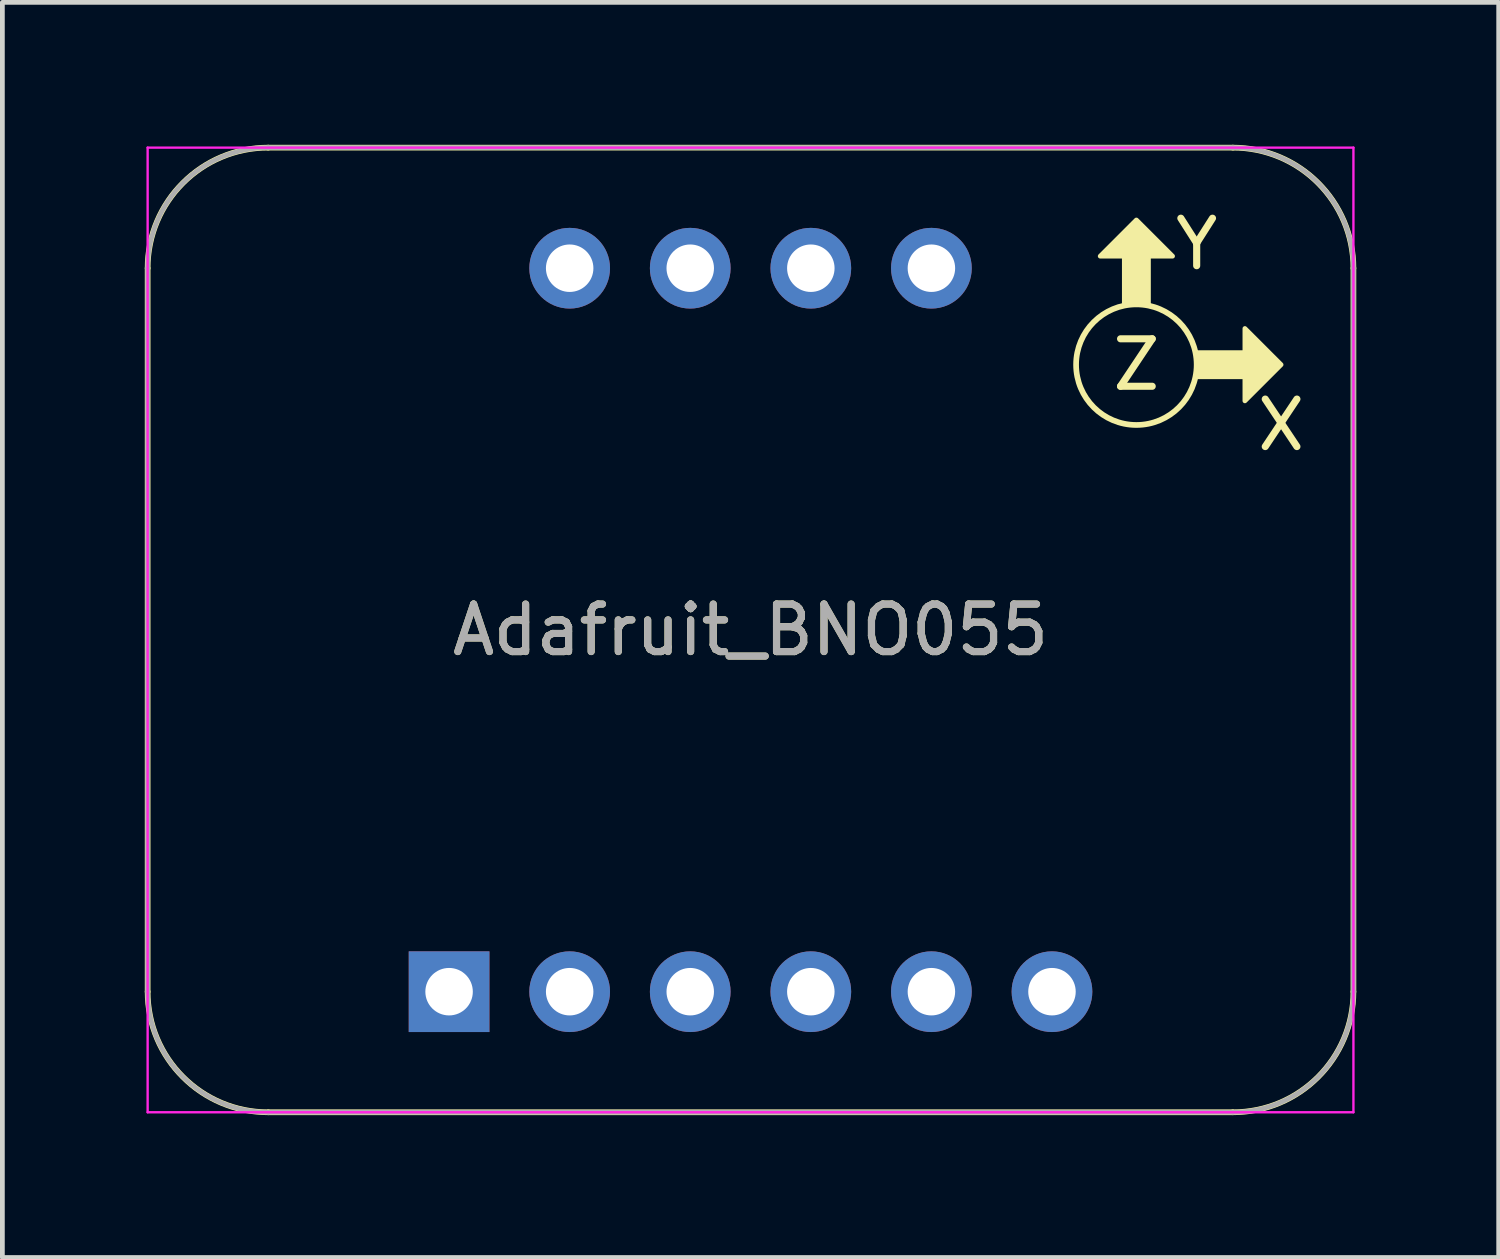
<source format=kicad_pcb>
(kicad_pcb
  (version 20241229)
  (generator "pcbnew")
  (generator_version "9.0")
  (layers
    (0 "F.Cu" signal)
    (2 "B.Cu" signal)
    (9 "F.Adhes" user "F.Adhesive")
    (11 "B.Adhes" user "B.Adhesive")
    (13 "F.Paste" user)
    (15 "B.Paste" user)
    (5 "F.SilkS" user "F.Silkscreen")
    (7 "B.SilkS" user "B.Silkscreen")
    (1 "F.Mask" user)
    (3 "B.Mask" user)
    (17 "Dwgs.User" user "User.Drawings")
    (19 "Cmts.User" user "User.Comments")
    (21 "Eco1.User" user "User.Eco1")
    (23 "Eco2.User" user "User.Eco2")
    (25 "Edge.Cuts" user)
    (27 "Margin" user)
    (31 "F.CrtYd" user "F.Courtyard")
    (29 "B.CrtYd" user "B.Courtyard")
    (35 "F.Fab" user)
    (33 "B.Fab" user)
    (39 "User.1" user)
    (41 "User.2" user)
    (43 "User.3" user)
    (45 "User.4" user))
  (footprint "Adafruit_BNO055"
    (layer "F.Cu")
    (at 6.41 17.84)
    (property "Reference" "Adafruit_BNO055" (at 6.35 -7.62 0) (layer "F.SilkS") (effects (font (size 1 1) (thickness 0.15))))
    (attr through_hole)
    (fp_line (start -6.35 0) (end -6.35 -15.24) (stroke (width 0.12) (type solid)) (layer "F.SilkS"))
    (fp_line (start -3.81 -17.78) (end 16.51 -17.78) (stroke (width 0.12) (type solid)) (layer "F.SilkS"))
    (fp_line (start 16.51 2.54) (end -3.81 2.54) (stroke (width 0.12) (type solid)) (layer "F.SilkS"))
    (fp_line (start 19.05 -15.24) (end 19.05 0) (stroke (width 0.12) (type solid)) (layer "F.SilkS"))
    (fp_arc (start -6.35 -15.24) (mid -5.606051 -17.036051) (end -3.81 -17.78) (stroke (width 0.12) (type solid)) (layer "F.SilkS"))
    (fp_arc (start -3.81 2.54) (mid -5.606051 1.796051) (end -6.35 0) (stroke (width 0.12) (type solid)) (layer "F.SilkS"))
    (fp_arc (start 16.51 -17.78) (mid 18.306051 -17.036051) (end 19.05 -15.24) (stroke (width 0.12) (type solid)) (layer "F.SilkS"))
    (fp_arc (start 19.05 0) (mid 18.306051 1.796051) (end 16.51 2.54) (stroke (width 0.12) (type solid)) (layer "F.SilkS"))
    (fp_circle (center 14.478 -13.208) (end 15.748 -13.208) (stroke (width 0.12) (type solid)) (fill no) (layer "F.SilkS"))
    (fp_poly (pts (xy 15.24 -15.494) (xy 14.732 -15.494) (xy 14.732 -14.478) (xy 14.224 -14.478) (xy 14.224 -15.494) (xy 13.716 -15.494) (xy 14.478 -16.256)) (stroke (width 0.1) (type solid)) (fill yes) (layer "F.SilkS"))
    (fp_poly (pts (xy 16.764 -12.446) (xy 16.764 -12.954) (xy 15.748 -12.954) (xy 15.748 -13.462) (xy 16.764 -13.462) (xy 16.764 -13.97) (xy 17.526 -13.208)) (stroke (width 0.1) (type solid)) (fill yes) (layer "F.SilkS"))
    (fp_line (start -6.35 -17.78) (end -6.35 2.54) (stroke (width 0.05) (type solid)) (layer "F.CrtYd"))
    (fp_line (start -6.35 2.54) (end 19.05 2.54) (stroke (width 0.05) (type solid)) (layer "F.CrtYd"))
    (fp_line (start 19.05 -17.78) (end -6.35 -17.78) (stroke (width 0.05) (type solid)) (layer "F.CrtYd"))
    (fp_line (start 19.05 2.54) (end 19.05 -17.78) (stroke (width 0.05) (type solid)) (layer "F.CrtYd"))
    (fp_line (start -6.35 -15.24) (end -6.35 0) (stroke (width 0.1) (type solid)) (layer "F.Fab"))
    (fp_line (start -3.81 -17.78) (end 16.51 -17.78) (stroke (width 0.1) (type solid)) (layer "F.Fab"))
    (fp_line (start -3.81 2.54) (end 16.51 2.54) (stroke (width 0.1) (type solid)) (layer "F.Fab"))
    (fp_line (start 19.05 -15.24) (end 19.05 0) (stroke (width 0.1) (type solid)) (layer "F.Fab"))
    (fp_arc (start -6.35 -15.24) (mid -5.606051 -17.036051) (end -3.81 -17.78) (stroke (width 0.1) (type solid)) (layer "F.Fab"))
    (fp_arc (start -3.81 2.54) (mid -5.606051 1.796051) (end -6.35 0) (stroke (width 0.1) (type solid)) (layer "F.Fab"))
    (fp_arc (start 16.51 -17.78) (mid 18.306051 -17.036051) (end 19.05 -15.24) (stroke (width 0.1) (type solid)) (layer "F.Fab"))
    (fp_arc (start 19.05 0) (mid 18.306051 1.796051) (end 16.51 2.54) (stroke (width 0.1) (type solid)) (layer "F.Fab"))
    (fp_text user "Y" (at 15.748 -15.748 0) (layer "F.SilkS") (effects (font (size 1 1) (thickness 0.15))))
    (fp_text user "Z" (at 14.478 -13.208 0) (layer "F.SilkS") (effects (font (size 1 1) (thickness 0.15))))
    (fp_text user "X" (at 17.526 -11.938 0) (layer "F.SilkS") (effects (font (size 1 1) (thickness 0.15))))
    (fp_text user "${REFERENCE}" (at 6.35 -7.62 0) (layer "F.Fab") (effects (font (size 1 1) (thickness 0.15))))
    (pad "1" thru_hole rect (at 0 0 90) (size 1.7 1.7) (drill 1) (layers "*.Cu" "*.Mask"))
    (pad "2" thru_hole oval (at 2.54 0 90) (size 1.7 1.7) (drill 1) (layers "*.Cu" "*.Mask"))
    (pad "3" thru_hole oval (at 5.08 0 90) (size 1.7 1.7) (drill 1) (layers "*.Cu" "*.Mask"))
    (pad "4" thru_hole oval (at 7.62 0 90) (size 1.7 1.7) (drill 1) (layers "*.Cu" "*.Mask"))
    (pad "5" thru_hole oval (at 10.16 0 90) (size 1.7 1.7) (drill 1) (layers "*.Cu" "*.Mask"))
    (pad "6" thru_hole oval (at 12.7 0 90) (size 1.7 1.7) (drill 1) (layers "*.Cu" "*.Mask"))
    (pad "7" thru_hole oval (at 2.54 -15.24 90) (size 1.7 1.7) (drill 1) (layers "*.Cu" "*.Mask"))
    (pad "8" thru_hole oval (at 5.08 -15.24 90) (size 1.7 1.7) (drill 1) (layers "*.Cu" "*.Mask"))
    (pad "9" thru_hole oval (at 7.62 -15.24 90) (size 1.7 1.7) (drill 1) (layers "*.Cu" "*.Mask"))
    (pad "10" thru_hole oval (at 10.16 -15.24 90) (size 1.7 1.7) (drill 1) (layers "*.Cu" "*.Mask")))
  (gr_rect
    (start -3 -3)
    (end 28.52 23.44)
    (stroke (width 0.1) (type default))
    (fill no)
    (layer "Edge.Cuts")))
</source>
